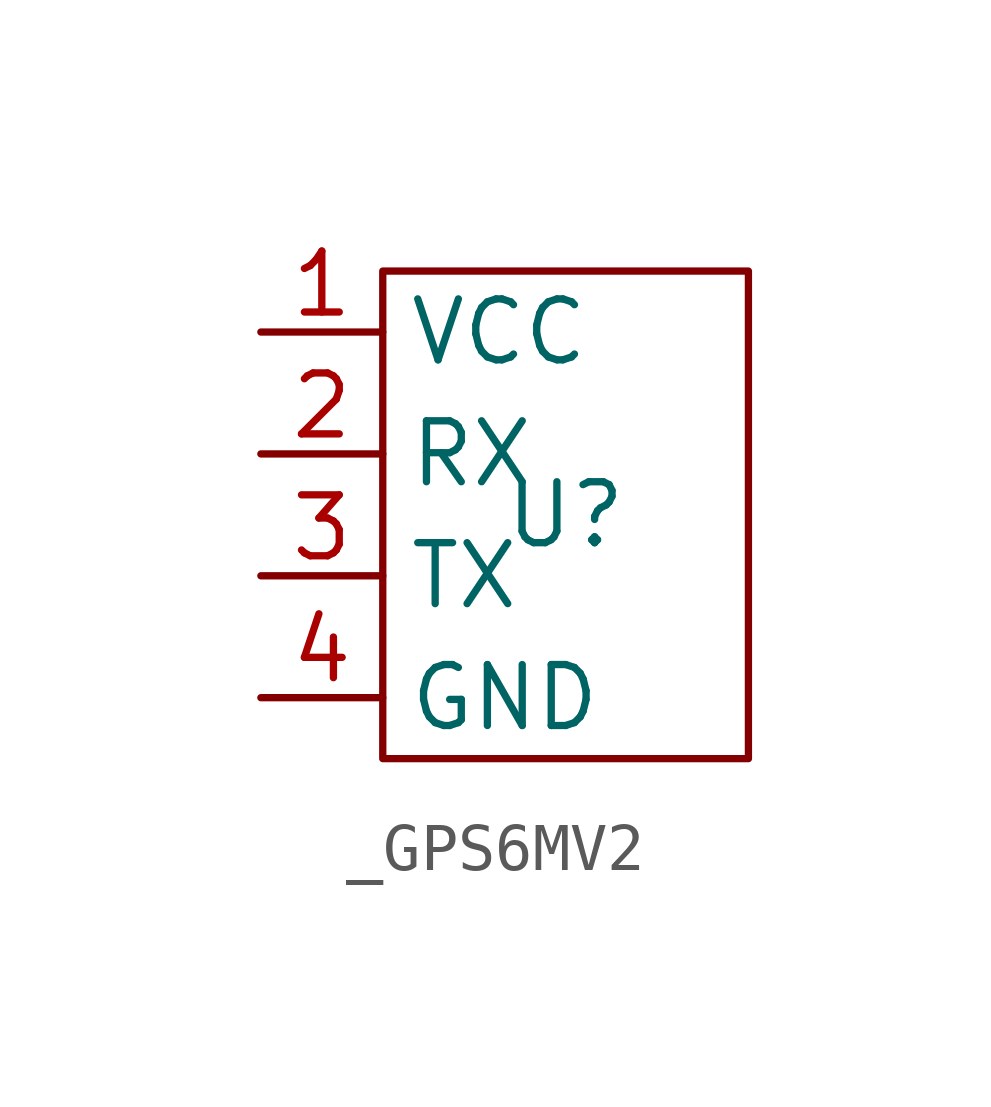
<source format=kicad_sym>
(kicad_symbol_lib
  (version 20241209)
  (generator "kicad_symbol_editor")
  (generator_version "9.0")
  (symbol "_GPS6MV2"
    (property "Reference" "U"
      (at 0 0 0)
      (effects (font (size 1.27 1.27))))
    (property "Value" ""
      (at 0 0 0)
      (effects (font (size 1.27 1.27))))
    (symbol "_GPS6MV2_0_1"
      (rectangle (start -3.81 5.08) (end 3.81 -5.08) (stroke (width 0) (type default)) (fill (type none))))
    (symbol "_GPS6MV2_1_1"
      (pin power_in line (at -6.35 3.81 0) (length 2.54) (name "VCC" (effects (font (size 1.27 1.27)))) (number "1" (effects (font (size 1.27 1.27)))))
      (pin input line (at -6.35 1.27 0) (length 2.54) (name "RX" (effects (font (size 1.27 1.27)))) (number "2" (effects (font (size 1.27 1.27)))))
      (pin input line (at -6.35 -1.27 0) (length 2.54) (name "TX" (effects (font (size 1.27 1.27)))) (number "3" (effects (font (size 1.27 1.27)))))
      (pin power_in line (at -6.35 -3.81 0) (length 2.54) (name "GND" (effects (font (size 1.27 1.27)))) (number "4" (effects (font (size 1.27 1.27))))))))
</source>
